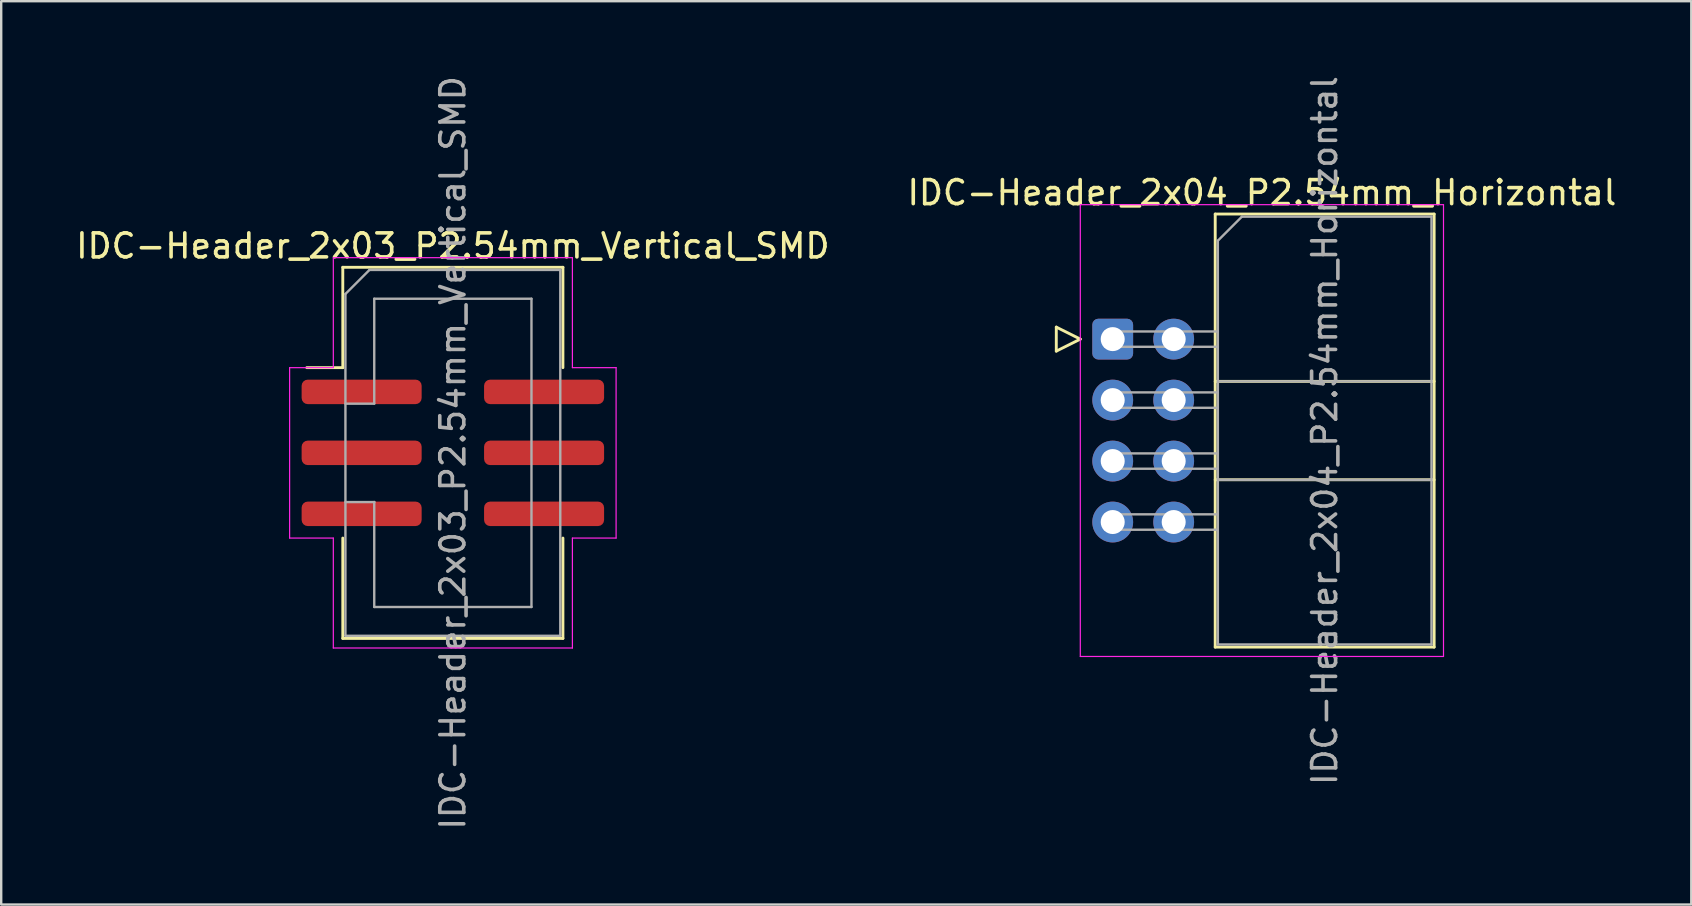
<source format=kicad_pcb>
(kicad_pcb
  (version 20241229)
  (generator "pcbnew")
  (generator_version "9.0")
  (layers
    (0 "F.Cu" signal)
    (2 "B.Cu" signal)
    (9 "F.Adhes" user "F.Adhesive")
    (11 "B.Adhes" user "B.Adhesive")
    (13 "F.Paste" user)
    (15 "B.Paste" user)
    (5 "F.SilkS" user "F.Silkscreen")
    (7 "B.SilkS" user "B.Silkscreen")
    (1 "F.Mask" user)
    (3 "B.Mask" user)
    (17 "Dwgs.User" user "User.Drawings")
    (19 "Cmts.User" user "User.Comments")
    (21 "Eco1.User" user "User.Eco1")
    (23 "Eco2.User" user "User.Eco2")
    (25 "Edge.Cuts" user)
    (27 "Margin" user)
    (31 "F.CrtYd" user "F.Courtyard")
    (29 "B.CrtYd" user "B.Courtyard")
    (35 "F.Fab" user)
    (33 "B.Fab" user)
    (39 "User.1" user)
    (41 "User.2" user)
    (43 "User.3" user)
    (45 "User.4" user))
  (footprint "IDC-Header_2x03_P2.54mm_Vertical_SMD"
    (layer "F.Cu")
    (at 15.815 15.815)
    (property "Reference" "IDC-Header_2x03_P2.54mm_Vertical_SMD" (at 0 -8.62 0) (layer "F.SilkS") (effects (font (size 1 1) (thickness 0.15))))
    (attr smd)
    (fp_line (start -4.585 -7.73) (end 4.585 -7.73) (stroke (width 0.12) (type solid)) (layer "F.SilkS"))
    (fp_line (start -4.585 -3.55) (end -6.085 -3.55) (stroke (width 0.12) (type solid)) (layer "F.SilkS"))
    (fp_line (start -4.585 -3.55) (end -4.585 -7.73) (stroke (width 0.12) (type solid)) (layer "F.SilkS"))
    (fp_line (start -4.585 3.55) (end -4.585 7.73) (stroke (width 0.12) (type solid)) (layer "F.SilkS"))
    (fp_line (start -4.585 7.73) (end 4.585 7.73) (stroke (width 0.12) (type solid)) (layer "F.SilkS"))
    (fp_line (start 4.585 -7.73) (end 4.585 -3.55) (stroke (width 0.12) (type solid)) (layer "F.SilkS"))
    (fp_line (start 4.585 7.73) (end 4.585 3.55) (stroke (width 0.12) (type solid)) (layer "F.SilkS"))
    (fp_line (start -6.8 -3.55) (end -6.8 3.55) (stroke (width 0.05) (type solid)) (layer "F.CrtYd"))
    (fp_line (start -6.8 3.55) (end -4.98 3.55) (stroke (width 0.05) (type solid)) (layer "F.CrtYd"))
    (fp_line (start -4.98 -8.13) (end -4.98 -3.55) (stroke (width 0.05) (type solid)) (layer "F.CrtYd"))
    (fp_line (start -4.98 -3.55) (end -6.8 -3.55) (stroke (width 0.05) (type solid)) (layer "F.CrtYd"))
    (fp_line (start -4.98 3.55) (end -4.98 8.13) (stroke (width 0.05) (type solid)) (layer "F.CrtYd"))
    (fp_line (start -4.98 8.13) (end 4.98 8.13) (stroke (width 0.05) (type solid)) (layer "F.CrtYd"))
    (fp_line (start 4.98 -8.13) (end -4.98 -8.13) (stroke (width 0.05) (type solid)) (layer "F.CrtYd"))
    (fp_line (start 4.98 -3.55) (end 4.98 -8.13) (stroke (width 0.05) (type solid)) (layer "F.CrtYd"))
    (fp_line (start 4.98 3.55) (end 6.8 3.55) (stroke (width 0.05) (type solid)) (layer "F.CrtYd"))
    (fp_line (start 4.98 8.13) (end 4.98 3.55) (stroke (width 0.05) (type solid)) (layer "F.CrtYd"))
    (fp_line (start 6.8 -3.55) (end 4.98 -3.55) (stroke (width 0.05) (type solid)) (layer "F.CrtYd"))
    (fp_line (start 6.8 3.55) (end 6.8 -3.55) (stroke (width 0.05) (type solid)) (layer "F.CrtYd"))
    (fp_line (start -4.475 -6.62) (end -3.475 -7.62) (stroke (width 0.1) (type solid)) (layer "F.Fab"))
    (fp_line (start -4.475 -2.05) (end -3.275 -2.05) (stroke (width 0.1) (type solid)) (layer "F.Fab"))
    (fp_line (start -4.475 7.62) (end -4.475 -6.62) (stroke (width 0.1) (type solid)) (layer "F.Fab"))
    (fp_line (start -3.475 -7.62) (end 4.475 -7.62) (stroke (width 0.1) (type solid)) (layer "F.Fab"))
    (fp_line (start -3.275 -6.42) (end 3.275 -6.42) (stroke (width 0.1) (type solid)) (layer "F.Fab"))
    (fp_line (start -3.275 -2.05) (end -3.275 -6.42) (stroke (width 0.1) (type solid)) (layer "F.Fab"))
    (fp_line (start -3.275 2.05) (end -4.475 2.05) (stroke (width 0.1) (type solid)) (layer "F.Fab"))
    (fp_line (start -3.275 2.05) (end -3.275 2.05) (stroke (width 0.1) (type solid)) (layer "F.Fab"))
    (fp_line (start -3.275 6.42) (end -3.275 2.05) (stroke (width 0.1) (type solid)) (layer "F.Fab"))
    (fp_line (start 3.275 -6.42) (end 3.275 6.42) (stroke (width 0.1) (type solid)) (layer "F.Fab"))
    (fp_line (start 3.275 6.42) (end -3.275 6.42) (stroke (width 0.1) (type solid)) (layer "F.Fab"))
    (fp_line (start 4.475 -7.62) (end 4.475 7.62) (stroke (width 0.1) (type solid)) (layer "F.Fab"))
    (fp_line (start 4.475 7.62) (end -4.475 7.62) (stroke (width 0.1) (type solid)) (layer "F.Fab"))
    (fp_text user "${REFERENCE}" (at 0 0 90) (layer "F.Fab") (effects (font (size 1 1) (thickness 0.15))))
    (pad "1" smd roundrect (at -3.8 -2.54) (size 5 1.02) (layers "F.Cu" "F.Mask" "F.Paste") (roundrect_rratio 0.25))
    (pad "2" smd roundrect (at 3.8 -2.54) (size 5 1.02) (layers "F.Cu" "F.Mask" "F.Paste") (roundrect_rratio 0.25))
    (pad "3" smd roundrect (at -3.8 0) (size 5 1.02) (layers "F.Cu" "F.Mask" "F.Paste") (roundrect_rratio 0.25))
    (pad "4" smd roundrect (at 3.8 0) (size 5 1.02) (layers "F.Cu" "F.Mask" "F.Paste") (roundrect_rratio 0.25))
    (pad "5" smd roundrect (at -3.8 2.54) (size 5 1.02) (layers "F.Cu" "F.Mask" "F.Paste") (roundrect_rratio 0.25))
    (pad "6" smd roundrect (at 3.8 2.54) (size 5 1.02) (layers "F.Cu" "F.Mask" "F.Paste") (roundrect_rratio 0.25)))
  (footprint "IDC-Header_2x04_P2.54mm_Horizontal"
    (layer "F.Cu")
    (at 43.303 11.077)
    (property "Reference" "IDC-Header_2x04_P2.54mm_Horizontal" (at 6.215 -6.1 0) (layer "F.SilkS") (effects (font (size 1 1) (thickness 0.15))))
    (attr through_hole)
    (fp_line (start -2.35 -0.5) (end -2.35 0.5) (stroke (width 0.12) (type solid)) (layer "F.SilkS"))
    (fp_line (start -2.35 0.5) (end -1.35 0) (stroke (width 0.12) (type solid)) (layer "F.SilkS"))
    (fp_line (start -1.35 0) (end -2.35 -0.5) (stroke (width 0.12) (type solid)) (layer "F.SilkS"))
    (fp_line (start 4.27 -5.21) (end 13.39 -5.21) (stroke (width 0.12) (type solid)) (layer "F.SilkS"))
    (fp_line (start 4.27 1.76) (end 13.39 1.76) (stroke (width 0.12) (type solid)) (layer "F.SilkS"))
    (fp_line (start 4.27 5.86) (end 13.39 5.86) (stroke (width 0.12) (type solid)) (layer "F.SilkS"))
    (fp_line (start 4.27 12.83) (end 4.27 -5.21) (stroke (width 0.12) (type solid)) (layer "F.SilkS"))
    (fp_line (start 13.39 -5.21) (end 13.39 12.83) (stroke (width 0.12) (type solid)) (layer "F.SilkS"))
    (fp_line (start 13.39 12.83) (end 4.27 12.83) (stroke (width 0.12) (type solid)) (layer "F.SilkS"))
    (fp_line (start -1.35 -5.6) (end -1.35 13.22) (stroke (width 0.05) (type solid)) (layer "F.CrtYd"))
    (fp_line (start -1.35 13.22) (end 13.78 13.22) (stroke (width 0.05) (type solid)) (layer "F.CrtYd"))
    (fp_line (start 13.78 -5.6) (end -1.35 -5.6) (stroke (width 0.05) (type solid)) (layer "F.CrtYd"))
    (fp_line (start 13.78 13.22) (end 13.78 -5.6) (stroke (width 0.05) (type solid)) (layer "F.CrtYd"))
    (fp_line (start -0.32 -0.32) (end -0.32 0.32) (stroke (width 0.1) (type solid)) (layer "F.Fab"))
    (fp_line (start -0.32 0.32) (end 4.38 0.32) (stroke (width 0.1) (type solid)) (layer "F.Fab"))
    (fp_line (start -0.32 2.22) (end -0.32 2.86) (stroke (width 0.1) (type solid)) (layer "F.Fab"))
    (fp_line (start -0.32 2.86) (end 4.38 2.86) (stroke (width 0.1) (type solid)) (layer "F.Fab"))
    (fp_line (start -0.32 4.76) (end -0.32 5.4) (stroke (width 0.1) (type solid)) (layer "F.Fab"))
    (fp_line (start -0.32 5.4) (end 4.38 5.4) (stroke (width 0.1) (type solid)) (layer "F.Fab"))
    (fp_line (start -0.32 7.3) (end -0.32 7.94) (stroke (width 0.1) (type solid)) (layer "F.Fab"))
    (fp_line (start -0.32 7.94) (end 4.38 7.94) (stroke (width 0.1) (type solid)) (layer "F.Fab"))
    (fp_line (start 4.38 -4.1) (end 5.38 -5.1) (stroke (width 0.1) (type solid)) (layer "F.Fab"))
    (fp_line (start 4.38 -0.32) (end -0.32 -0.32) (stroke (width 0.1) (type solid)) (layer "F.Fab"))
    (fp_line (start 4.38 1.76) (end 13.28 1.76) (stroke (width 0.1) (type solid)) (layer "F.Fab"))
    (fp_line (start 4.38 2.22) (end -0.32 2.22) (stroke (width 0.1) (type solid)) (layer "F.Fab"))
    (fp_line (start 4.38 4.76) (end -0.32 4.76) (stroke (width 0.1) (type solid)) (layer "F.Fab"))
    (fp_line (start 4.38 5.86) (end 13.28 5.86) (stroke (width 0.1) (type solid)) (layer "F.Fab"))
    (fp_line (start 4.38 7.3) (end -0.32 7.3) (stroke (width 0.1) (type solid)) (layer "F.Fab"))
    (fp_line (start 4.38 12.72) (end 4.38 -4.1) (stroke (width 0.1) (type solid)) (layer "F.Fab"))
    (fp_line (start 5.38 -5.1) (end 13.28 -5.1) (stroke (width 0.1) (type solid)) (layer "F.Fab"))
    (fp_line (start 13.28 -5.1) (end 13.28 12.72) (stroke (width 0.1) (type solid)) (layer "F.Fab"))
    (fp_line (start 13.28 12.72) (end 4.38 12.72) (stroke (width 0.1) (type solid)) (layer "F.Fab"))
    (fp_text user "${REFERENCE}" (at 8.83 3.81 90) (layer "F.Fab") (effects (font (size 1 1) (thickness 0.15))))
    (pad "1" thru_hole roundrect (at 0 0) (size 1.7 1.7) (drill 1) (layers "*.Cu" "*.Mask") (roundrect_rratio 0.147))
    (pad "2" thru_hole circle (at 2.54 0) (size 1.7 1.7) (drill 1) (layers "*.Cu" "*.Mask"))
    (pad "3" thru_hole circle (at 0 2.54) (size 1.7 1.7) (drill 1) (layers "*.Cu" "*.Mask"))
    (pad "4" thru_hole circle (at 2.54 2.54) (size 1.7 1.7) (drill 1) (layers "*.Cu" "*.Mask"))
    (pad "5" thru_hole circle (at 0 5.08) (size 1.7 1.7) (drill 1) (layers "*.Cu" "*.Mask"))
    (pad "6" thru_hole circle (at 2.54 5.08) (size 1.7 1.7) (drill 1) (layers "*.Cu" "*.Mask"))
    (pad "7" thru_hole circle (at 0 7.62) (size 1.7 1.7) (drill 1) (layers "*.Cu" "*.Mask"))
    (pad "8" thru_hole circle (at 2.54 7.62) (size 1.7 1.7) (drill 1) (layers "*.Cu" "*.Mask")))
  (gr_rect
    (start -3 -3)
    (end 67.405 34.631)
    (stroke (width 0.1) (type default))
    (fill no)
    (layer "Edge.Cuts")))
</source>
